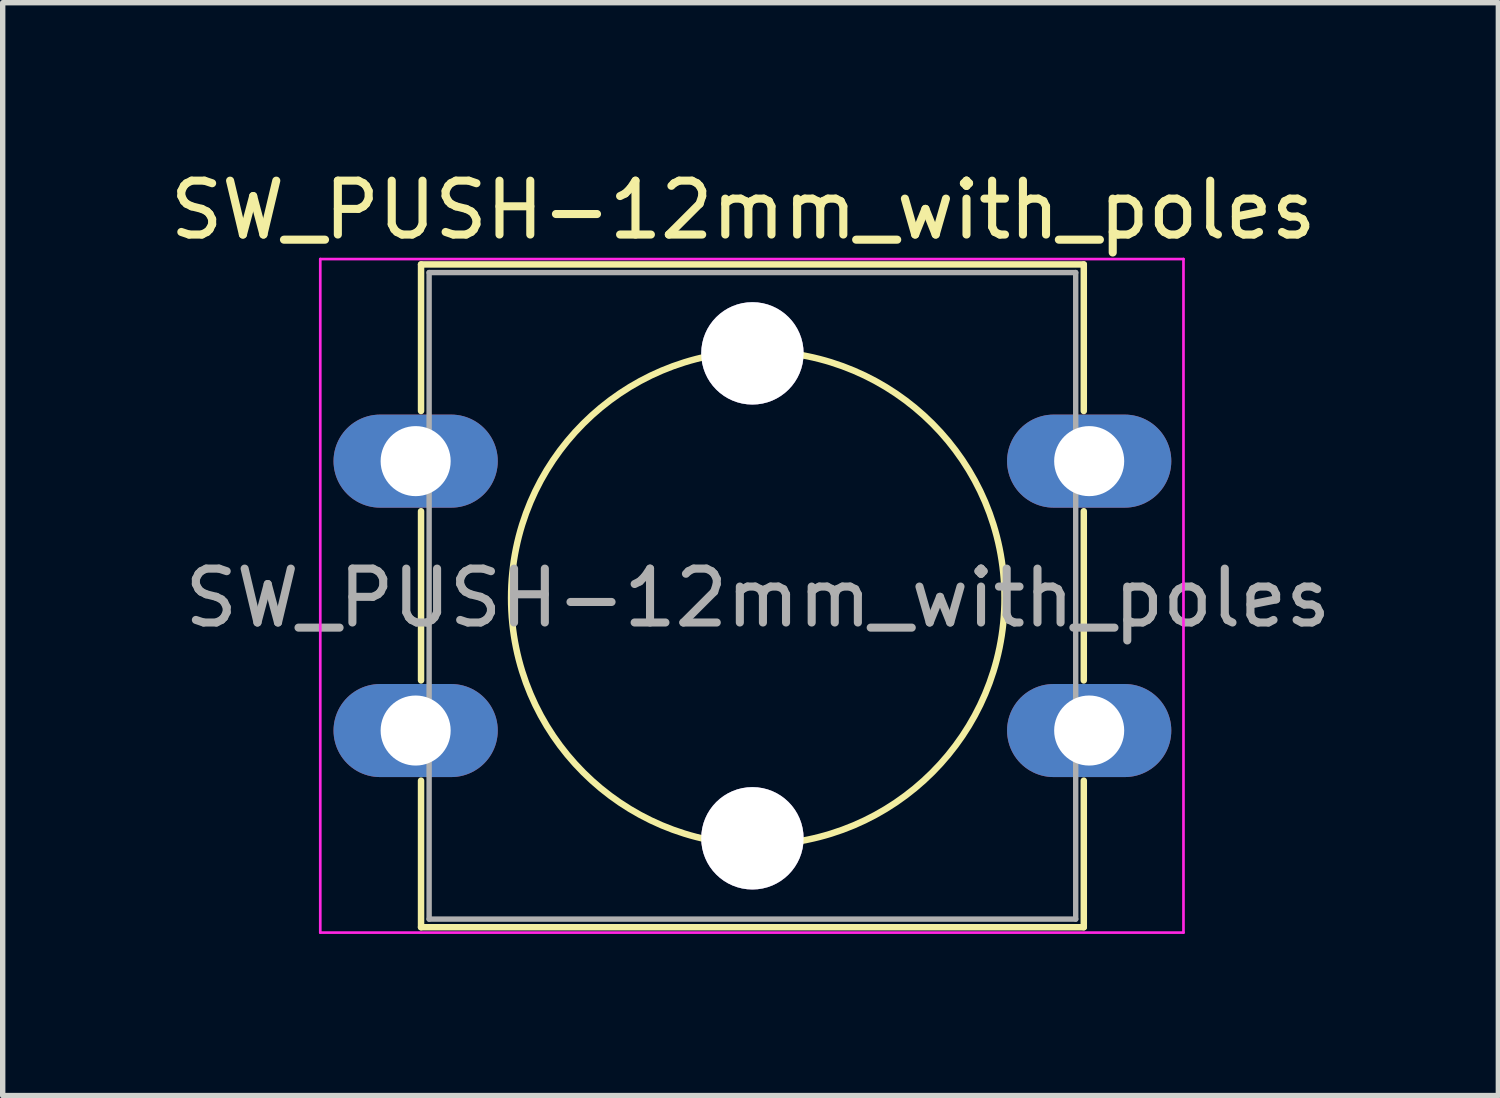
<source format=kicad_pcb>
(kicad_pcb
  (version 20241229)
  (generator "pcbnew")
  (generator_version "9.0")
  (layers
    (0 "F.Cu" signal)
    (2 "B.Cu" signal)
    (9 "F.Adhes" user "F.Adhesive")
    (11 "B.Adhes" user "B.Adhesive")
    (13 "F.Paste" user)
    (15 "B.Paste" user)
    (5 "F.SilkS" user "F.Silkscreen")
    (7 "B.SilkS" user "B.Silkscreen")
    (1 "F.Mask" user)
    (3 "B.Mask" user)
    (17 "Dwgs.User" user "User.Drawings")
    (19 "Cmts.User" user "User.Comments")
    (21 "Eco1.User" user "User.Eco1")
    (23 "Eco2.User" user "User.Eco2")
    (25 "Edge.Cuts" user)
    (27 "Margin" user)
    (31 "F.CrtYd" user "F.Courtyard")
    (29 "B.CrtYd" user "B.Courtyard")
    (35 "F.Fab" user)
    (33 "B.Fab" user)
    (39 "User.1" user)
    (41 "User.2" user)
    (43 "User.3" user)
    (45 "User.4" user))
  (footprint "SW_PUSH-12mm_with_poles"
    (layer "F.Cu")
    (at 4.664 5.508)
    (property "Reference" "SW_PUSH-12mm_with_poles" (at 6.08 -4.66 0) (layer "F.SilkS") (effects (font (size 1 1) (thickness 0.15))))
    (attr through_hole)
    (fp_line (start 0.1 -3.65) (end 12.4 -3.65) (stroke (width 0.12) (type solid)) (layer "F.SilkS"))
    (fp_line (start 0.1 -0.93) (end 0.1 -3.65) (stroke (width 0.12) (type solid)) (layer "F.SilkS"))
    (fp_line (start 0.1 4.07) (end 0.1 0.93) (stroke (width 0.12) (type solid)) (layer "F.SilkS"))
    (fp_line (start 0.1 8.65) (end 0.1 5.93) (stroke (width 0.12) (type solid)) (layer "F.SilkS"))
    (fp_line (start 12.4 -3.65) (end 12.4 -0.93) (stroke (width 0.12) (type solid)) (layer "F.SilkS"))
    (fp_line (start 12.4 0.93) (end 12.4 4.07) (stroke (width 0.12) (type solid)) (layer "F.SilkS"))
    (fp_line (start 12.4 5.93) (end 12.4 8.65) (stroke (width 0.12) (type solid)) (layer "F.SilkS"))
    (fp_line (start 12.4 8.65) (end 0.1 8.65) (stroke (width 0.12) (type solid)) (layer "F.SilkS"))
    (fp_circle (center 6.35 2.54) (end 10.16 5.08) (stroke (width 0.12) (type solid)) (fill no) (layer "F.SilkS"))
    (fp_line (start -1.77 -3.75) (end -1.77 8.75) (stroke (width 0.05) (type solid)) (layer "F.CrtYd"))
    (fp_line (start -1.77 -3.75) (end 14.25 -3.75) (stroke (width 0.05) (type solid)) (layer "F.CrtYd"))
    (fp_line (start 14.25 8.75) (end -1.77 8.75) (stroke (width 0.05) (type solid)) (layer "F.CrtYd"))
    (fp_line (start 14.25 8.75) (end 14.25 -3.75) (stroke (width 0.05) (type solid)) (layer "F.CrtYd"))
    (fp_line (start 0.25 -3.5) (end 0.25 8.5) (stroke (width 0.1) (type solid)) (layer "F.Fab"))
    (fp_line (start 0.25 -3.5) (end 12.25 -3.5) (stroke (width 0.1) (type solid)) (layer "F.Fab"))
    (fp_line (start 0.25 8.5) (end 12.25 8.5) (stroke (width 0.1) (type solid)) (layer "F.Fab"))
    (fp_line (start 12.25 -3.5) (end 12.25 8.5) (stroke (width 0.1) (type solid)) (layer "F.Fab"))
    (fp_text user "${REFERENCE}" (at 6.35 2.54 0) (layer "F.Fab") (effects (font (size 1 1) (thickness 0.15))))
    (pad "0" thru_hole oval (at 6.25 -2) (size 1.9 1.9) (drill 1.9) (layers "*.Cu" "*.Mask"))
    (pad "0" thru_hole oval (at 6.25 7) (size 1.9 1.9) (drill 1.9) (layers "*.Cu" "*.Mask"))
    (pad "1" thru_hole oval (at 0 0) (size 3.048 1.727) (drill 1.3) (layers "*.Cu" "*.Mask"))
    (pad "1" thru_hole oval (at 12.5 0) (size 3.048 1.727) (drill 1.3) (layers "*.Cu" "*.Mask"))
    (pad "2" thru_hole oval (at 0 5) (size 3.048 1.727) (drill 1.3) (layers "*.Cu" "*.Mask"))
    (pad "2" thru_hole oval (at 12.5 5) (size 3.048 1.727) (drill 1.3) (layers "*.Cu" "*.Mask")))
  (gr_rect
    (start -3 -3)
    (end 24.758 17.283)
    (stroke (width 0.1) (type default))
    (fill no)
    (layer "Edge.Cuts")))
</source>
